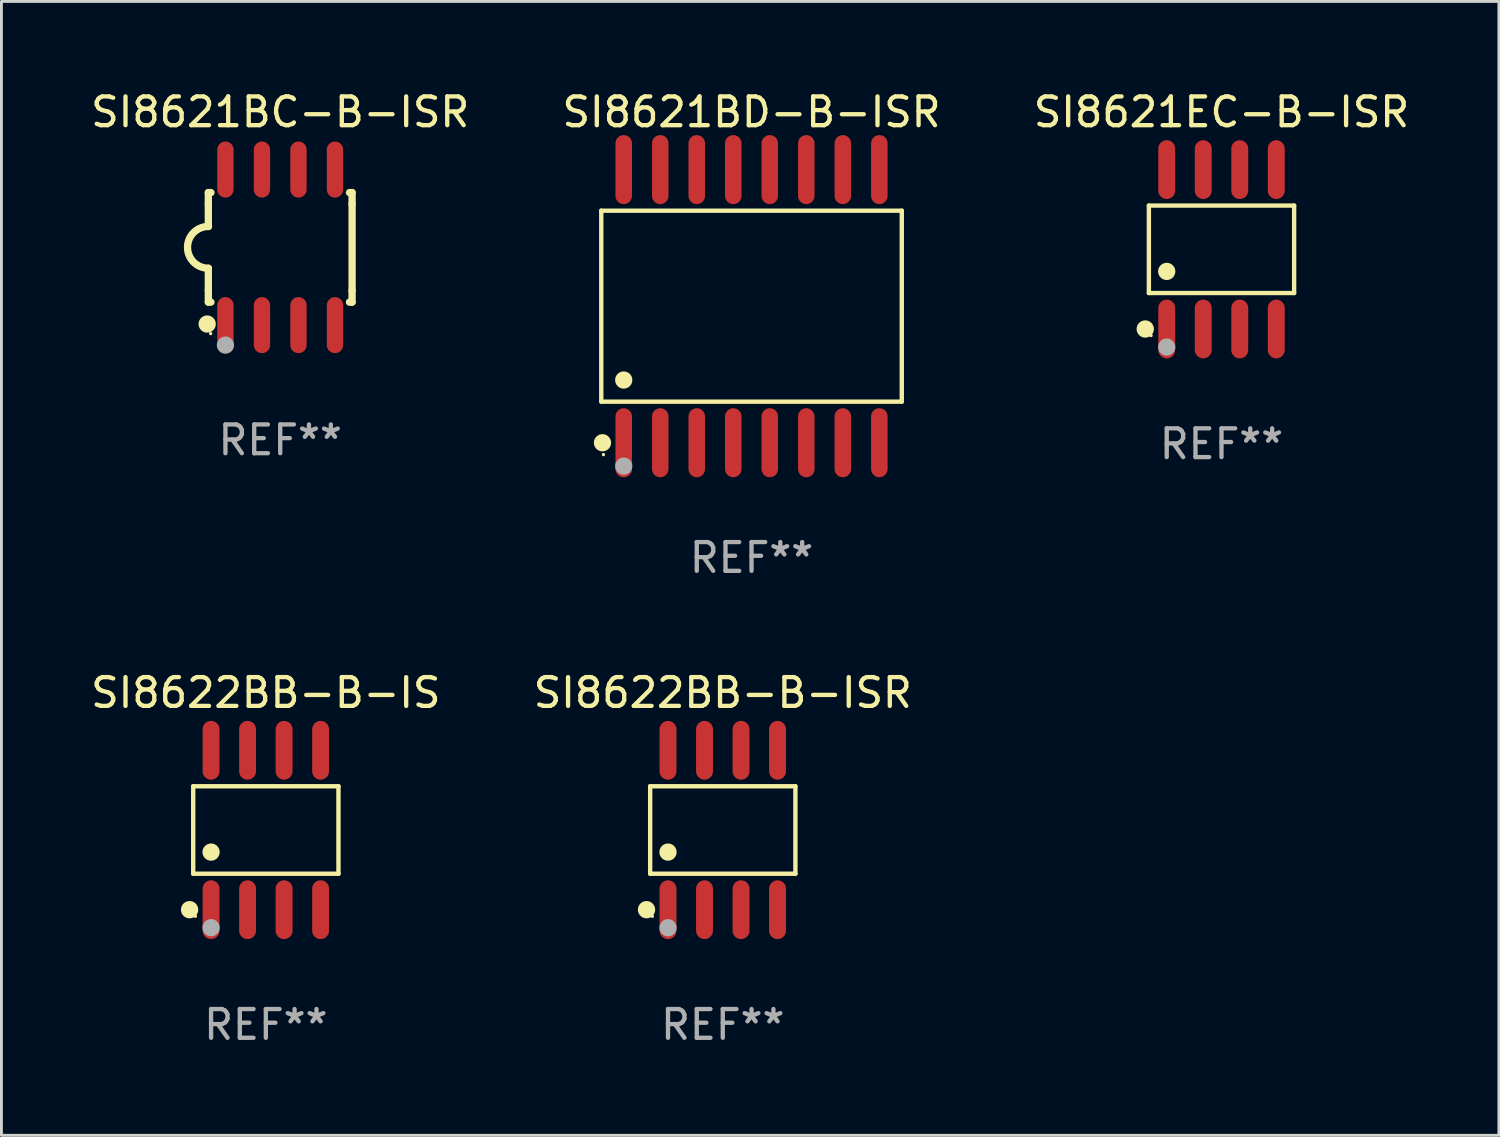
<source format=kicad_pcb>
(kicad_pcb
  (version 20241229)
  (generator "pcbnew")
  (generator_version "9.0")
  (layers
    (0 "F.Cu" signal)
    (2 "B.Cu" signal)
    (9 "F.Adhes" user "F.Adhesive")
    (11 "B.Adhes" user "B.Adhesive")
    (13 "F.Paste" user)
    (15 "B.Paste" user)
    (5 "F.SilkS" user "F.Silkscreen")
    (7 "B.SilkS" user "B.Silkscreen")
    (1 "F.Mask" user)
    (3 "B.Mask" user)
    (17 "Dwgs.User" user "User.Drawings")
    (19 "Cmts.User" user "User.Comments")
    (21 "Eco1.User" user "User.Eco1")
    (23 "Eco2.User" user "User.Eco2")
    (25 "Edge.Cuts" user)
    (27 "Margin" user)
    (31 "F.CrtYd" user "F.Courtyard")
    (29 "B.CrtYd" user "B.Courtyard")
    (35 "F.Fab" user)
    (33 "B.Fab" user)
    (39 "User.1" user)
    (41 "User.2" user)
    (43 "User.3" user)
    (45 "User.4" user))
  (footprint "SI8621BD-B-ISR"
    (layer "F.Cu")
    (at 23.089 7.599)
    (property "Reference" "SI8621BD-B-ISR" (at 0 -6.75 0) (layer "F.SilkS") (effects (font (size 1 1) (thickness 0.15))))
    (attr through_hole)
    (fp_line (start -5.226 -3.321) (end 5.226 -3.321) (stroke (width 0.152) (type solid)) (layer "F.SilkS"))
    (fp_line (start -5.226 3.321) (end -5.226 -3.321) (stroke (width 0.152) (type solid)) (layer "F.SilkS"))
    (fp_line (start 5.226 -3.321) (end 5.226 3.321) (stroke (width 0.152) (type solid)) (layer "F.SilkS"))
    (fp_line (start 5.226 3.321) (end -5.226 3.321) (stroke (width 0.152) (type solid)) (layer "F.SilkS"))
    (fp_circle (center -5.184 4.75) (end -5.034 4.75) (stroke (width 0.3) (type solid)) (fill no) (layer "F.SilkS"))
    (fp_circle (center -5.15 5.163) (end -5.12 5.163) (stroke (width 0.06) (type solid)) (fill no) (layer "F.SilkS"))
    (fp_circle (center -4.445 2.569) (end -4.295 2.569) (stroke (width 0.3) (type solid)) (fill no) (layer "F.SilkS"))
    (fp_circle (center -4.445 5.563) (end -4.295 5.563) (stroke (width 0.3) (type solid)) (fill no) (layer "F.Fab"))
    (fp_text user "REF**" (at 0 8.75 0) (layer "F.Fab") (effects (font (size 1 1) (thickness 0.15))))
    (pad "1" smd oval (at -4.445 4.75) (size 0.574 2.401) (layers "F.Cu" "F.Mask" "F.Paste"))
    (pad "2" smd oval (at -3.175 4.75) (size 0.574 2.401) (layers "F.Cu" "F.Mask" "F.Paste"))
    (pad "3" smd oval (at -1.905 4.75) (size 0.574 2.401) (layers "F.Cu" "F.Mask" "F.Paste"))
    (pad "4" smd oval (at -0.635 4.75) (size 0.574 2.401) (layers "F.Cu" "F.Mask" "F.Paste"))
    (pad "5" smd oval (at 0.635 4.75) (size 0.574 2.401) (layers "F.Cu" "F.Mask" "F.Paste"))
    (pad "6" smd oval (at 1.905 4.75) (size 0.574 2.401) (layers "F.Cu" "F.Mask" "F.Paste"))
    (pad "7" smd oval (at 3.175 4.75) (size 0.574 2.401) (layers "F.Cu" "F.Mask" "F.Paste"))
    (pad "8" smd oval (at 4.445 4.75) (size 0.574 2.401) (layers "F.Cu" "F.Mask" "F.Paste"))
    (pad "9" smd oval (at 4.445 -4.75) (size 0.574 2.401) (layers "F.Cu" "F.Mask" "F.Paste"))
    (pad "10" smd oval (at 3.175 -4.75) (size 0.574 2.401) (layers "F.Cu" "F.Mask" "F.Paste"))
    (pad "11" smd oval (at 1.905 -4.75) (size 0.574 2.401) (layers "F.Cu" "F.Mask" "F.Paste"))
    (pad "12" smd oval (at 0.635 -4.75) (size 0.574 2.401) (layers "F.Cu" "F.Mask" "F.Paste"))
    (pad "13" smd oval (at -0.635 -4.75) (size 0.574 2.401) (layers "F.Cu" "F.Mask" "F.Paste"))
    (pad "14" smd oval (at -1.905 -4.75) (size 0.574 2.401) (layers "F.Cu" "F.Mask" "F.Paste"))
    (pad "15" smd oval (at -3.175 -4.75) (size 0.574 2.401) (layers "F.Cu" "F.Mask" "F.Paste"))
    (pad "16" smd oval (at -4.445 -4.75) (size 0.574 2.401) (layers "F.Cu" "F.Mask" "F.Paste")))
  (footprint "SI8621EC-B-ISR"
    (layer "F.Cu")
    (at 39.435 5.621)
    (property "Reference" "SI8621EC-B-ISR" (at 0 -4.772 0) (layer "F.SilkS") (effects (font (size 1 1) (thickness 0.15))))
    (attr through_hole)
    (fp_line (start -2.526 -1.521) (end 2.526 -1.521) (stroke (width 0.152) (type solid)) (layer "F.SilkS"))
    (fp_line (start -2.526 1.521) (end -2.526 -1.521) (stroke (width 0.152) (type solid)) (layer "F.SilkS"))
    (fp_line (start 2.526 -1.521) (end 2.526 1.521) (stroke (width 0.152) (type solid)) (layer "F.SilkS"))
    (fp_line (start 2.526 1.521) (end -2.526 1.521) (stroke (width 0.152) (type solid)) (layer "F.SilkS"))
    (fp_circle (center -2.652 2.772) (end -2.501 2.772) (stroke (width 0.3) (type solid)) (fill no) (layer "F.SilkS"))
    (fp_circle (center -2.45 3) (end -2.42 3) (stroke (width 0.06) (type solid)) (fill no) (layer "F.SilkS"))
    (fp_circle (center -1.905 0.769) (end -1.755 0.769) (stroke (width 0.3) (type solid)) (fill no) (layer "F.SilkS"))
    (fp_circle (center -1.905 3.4) (end -1.755 3.4) (stroke (width 0.3) (type solid)) (fill no) (layer "F.Fab"))
    (fp_text user "REF**" (at 0 6.772 0) (layer "F.Fab") (effects (font (size 1 1) (thickness 0.15))))
    (pad "1" smd oval (at -1.905 2.772) (size 0.588 2.045) (layers "F.Cu" "F.Mask" "F.Paste"))
    (pad "2" smd oval (at -0.635 2.772) (size 0.588 2.045) (layers "F.Cu" "F.Mask" "F.Paste"))
    (pad "3" smd oval (at 0.635 2.772) (size 0.588 2.045) (layers "F.Cu" "F.Mask" "F.Paste"))
    (pad "4" smd oval (at 1.905 2.772) (size 0.588 2.045) (layers "F.Cu" "F.Mask" "F.Paste"))
    (pad "5" smd oval (at 1.905 -2.772) (size 0.588 2.045) (layers "F.Cu" "F.Mask" "F.Paste"))
    (pad "6" smd oval (at 0.635 -2.772) (size 0.588 2.045) (layers "F.Cu" "F.Mask" "F.Paste"))
    (pad "7" smd oval (at -0.635 -2.772) (size 0.588 2.045) (layers "F.Cu" "F.Mask" "F.Paste"))
    (pad "8" smd oval (at -1.905 -2.772) (size 0.588 2.045) (layers "F.Cu" "F.Mask" "F.Paste")))
  (footprint "SI8621BC-B-ISR"
    (layer "F.Cu")
    (at 6.696 5.553)
    (property "Reference" "SI8621BC-B-ISR" (at 0 -4.705 0) (layer "F.SilkS") (effects (font (size 1 1) (thickness 0.15))))
    (attr through_hole)
    (fp_line (start -2.5 -1.905) (end -2.409 -1.905) (stroke (width 0.254) (type solid)) (layer "F.SilkS"))
    (fp_line (start -2.5 -1.5) (end -2.5 -1.905) (stroke (width 0.254) (type solid)) (layer "F.SilkS"))
    (fp_line (start -2.5 -1.5) (end -2.5 -0.726) (stroke (width 0.254) (type solid)) (layer "F.SilkS"))
    (fp_line (start -2.5 1.5) (end -2.5 0.727) (stroke (width 0.254) (type solid)) (layer "F.SilkS"))
    (fp_line (start -2.5 1.5) (end -2.5 1.905) (stroke (width 0.254) (type solid)) (layer "F.SilkS"))
    (fp_line (start -2.5 1.905) (end -2.409 1.905) (stroke (width 0.254) (type solid)) (layer "F.SilkS"))
    (fp_line (start 2.5 -1.905) (end 2.409 -1.905) (stroke (width 0.254) (type solid)) (layer "F.SilkS"))
    (fp_line (start 2.5 -1.5) (end 2.5 -1.905) (stroke (width 0.254) (type solid)) (layer "F.SilkS"))
    (fp_line (start 2.5 -1.5) (end 2.5 1.5) (stroke (width 0.254) (type solid)) (layer "F.SilkS"))
    (fp_line (start 2.5 1.5) (end 2.5 1.905) (stroke (width 0.254) (type solid)) (layer "F.SilkS"))
    (fp_line (start 2.5 1.905) (end 2.409 1.905) (stroke (width 0.254) (type solid)) (layer "F.SilkS"))
    (fp_arc (start -2.5 0.726568) (mid -3.220316 -0.0023) (end -2.495097 -0.726289) (stroke (width 0.254001) (type solid)) (layer "F.SilkS"))
    (fp_circle (center -2.54 2.667) (end -2.39 2.667) (stroke (width 0.3) (type solid)) (fill no) (layer "F.SilkS"))
    (fp_circle (center -2.42 3) (end -2.39 3) (stroke (width 0.06) (type solid)) (fill no) (layer "F.SilkS"))
    (fp_circle (center -1.905 3.4) (end -1.755 3.4) (stroke (width 0.3) (type solid)) (fill no) (layer "F.Fab"))
    (fp_text user "REF**" (at 0 6.705 0) (layer "F.Fab") (effects (font (size 1 1) (thickness 0.15))))
    (pad "1" smd oval (at -1.905 2.705) (size 0.568 1.95) (layers "F.Cu" "F.Mask" "F.Paste"))
    (pad "2" smd oval (at -0.635 2.705) (size 0.568 1.95) (layers "F.Cu" "F.Mask" "F.Paste"))
    (pad "3" smd oval (at 0.635 2.705) (size 0.568 1.95) (layers "F.Cu" "F.Mask" "F.Paste"))
    (pad "4" smd oval (at 1.905 2.705) (size 0.568 1.95) (layers "F.Cu" "F.Mask" "F.Paste"))
    (pad "5" smd oval (at 1.905 -2.705) (size 0.568 1.95) (layers "F.Cu" "F.Mask" "F.Paste"))
    (pad "6" smd oval (at 0.635 -2.705) (size 0.568 1.95) (layers "F.Cu" "F.Mask" "F.Paste"))
    (pad "7" smd oval (at -0.635 -2.705) (size 0.568 1.95) (layers "F.Cu" "F.Mask" "F.Paste"))
    (pad "8" smd oval (at -1.905 -2.705) (size 0.568 1.95) (layers "F.Cu" "F.Mask" "F.Paste")))
  (footprint "SI8622BB-B-ISR"
    (layer "F.Cu")
    (at 22.089 25.818)
    (property "Reference" "SI8622BB-B-ISR" (at 0 -4.772 0) (layer "F.SilkS") (effects (font (size 1 1) (thickness 0.15))))
    (attr through_hole)
    (fp_line (start -2.526 -1.521) (end 2.526 -1.521) (stroke (width 0.152) (type solid)) (layer "F.SilkS"))
    (fp_line (start -2.526 1.521) (end -2.526 -1.521) (stroke (width 0.152) (type solid)) (layer "F.SilkS"))
    (fp_line (start 2.526 -1.521) (end 2.526 1.521) (stroke (width 0.152) (type solid)) (layer "F.SilkS"))
    (fp_line (start 2.526 1.521) (end -2.526 1.521) (stroke (width 0.152) (type solid)) (layer "F.SilkS"))
    (fp_circle (center -2.652 2.772) (end -2.501 2.772) (stroke (width 0.3) (type solid)) (fill no) (layer "F.SilkS"))
    (fp_circle (center -2.45 3) (end -2.42 3) (stroke (width 0.06) (type solid)) (fill no) (layer "F.SilkS"))
    (fp_circle (center -1.905 0.769) (end -1.755 0.769) (stroke (width 0.3) (type solid)) (fill no) (layer "F.SilkS"))
    (fp_circle (center -1.905 3.4) (end -1.755 3.4) (stroke (width 0.3) (type solid)) (fill no) (layer "F.Fab"))
    (fp_text user "REF**" (at 0 6.772 0) (layer "F.Fab") (effects (font (size 1 1) (thickness 0.15))))
    (pad "1" smd oval (at -1.905 2.772) (size 0.588 2.045) (layers "F.Cu" "F.Mask" "F.Paste"))
    (pad "2" smd oval (at -0.635 2.772) (size 0.588 2.045) (layers "F.Cu" "F.Mask" "F.Paste"))
    (pad "3" smd oval (at 0.635 2.772) (size 0.588 2.045) (layers "F.Cu" "F.Mask" "F.Paste"))
    (pad "4" smd oval (at 1.905 2.772) (size 0.588 2.045) (layers "F.Cu" "F.Mask" "F.Paste"))
    (pad "5" smd oval (at 1.905 -2.772) (size 0.588 2.045) (layers "F.Cu" "F.Mask" "F.Paste"))
    (pad "6" smd oval (at 0.635 -2.772) (size 0.588 2.045) (layers "F.Cu" "F.Mask" "F.Paste"))
    (pad "7" smd oval (at -0.635 -2.772) (size 0.588 2.045) (layers "F.Cu" "F.Mask" "F.Paste"))
    (pad "8" smd oval (at -1.905 -2.772) (size 0.588 2.045) (layers "F.Cu" "F.Mask" "F.Paste")))
  (footprint "SI8622BB-B-IS"
    (layer "F.Cu")
    (at 6.196 25.818)
    (property "Reference" "SI8622BB-B-IS" (at 0 -4.772 0) (layer "F.SilkS") (effects (font (size 1 1) (thickness 0.15))))
    (attr through_hole)
    (fp_line (start -2.526 -1.521) (end 2.526 -1.521) (stroke (width 0.152) (type solid)) (layer "F.SilkS"))
    (fp_line (start -2.526 1.521) (end -2.526 -1.521) (stroke (width 0.152) (type solid)) (layer "F.SilkS"))
    (fp_line (start 2.526 -1.521) (end 2.526 1.521) (stroke (width 0.152) (type solid)) (layer "F.SilkS"))
    (fp_line (start 2.526 1.521) (end -2.526 1.521) (stroke (width 0.152) (type solid)) (layer "F.SilkS"))
    (fp_circle (center -2.652 2.772) (end -2.501 2.772) (stroke (width 0.3) (type solid)) (fill no) (layer "F.SilkS"))
    (fp_circle (center -2.45 3) (end -2.42 3) (stroke (width 0.06) (type solid)) (fill no) (layer "F.SilkS"))
    (fp_circle (center -1.905 0.769) (end -1.755 0.769) (stroke (width 0.3) (type solid)) (fill no) (layer "F.SilkS"))
    (fp_circle (center -1.905 3.4) (end -1.755 3.4) (stroke (width 0.3) (type solid)) (fill no) (layer "F.Fab"))
    (fp_text user "REF**" (at 0 6.772 0) (layer "F.Fab") (effects (font (size 1 1) (thickness 0.15))))
    (pad "1" smd oval (at -1.905 2.772) (size 0.588 2.045) (layers "F.Cu" "F.Mask" "F.Paste"))
    (pad "2" smd oval (at -0.635 2.772) (size 0.588 2.045) (layers "F.Cu" "F.Mask" "F.Paste"))
    (pad "3" smd oval (at 0.635 2.772) (size 0.588 2.045) (layers "F.Cu" "F.Mask" "F.Paste"))
    (pad "4" smd oval (at 1.905 2.772) (size 0.588 2.045) (layers "F.Cu" "F.Mask" "F.Paste"))
    (pad "5" smd oval (at 1.905 -2.772) (size 0.588 2.045) (layers "F.Cu" "F.Mask" "F.Paste"))
    (pad "6" smd oval (at 0.635 -2.772) (size 0.588 2.045) (layers "F.Cu" "F.Mask" "F.Paste"))
    (pad "7" smd oval (at -0.635 -2.772) (size 0.588 2.045) (layers "F.Cu" "F.Mask" "F.Paste"))
    (pad "8" smd oval (at -1.905 -2.772) (size 0.588 2.045) (layers "F.Cu" "F.Mask" "F.Paste")))
  (gr_rect
    (start -3 -3)
    (end 49.083 36.438)
    (stroke (width 0.1) (type default))
    (fill no)
    (layer "Edge.Cuts")))
</source>
